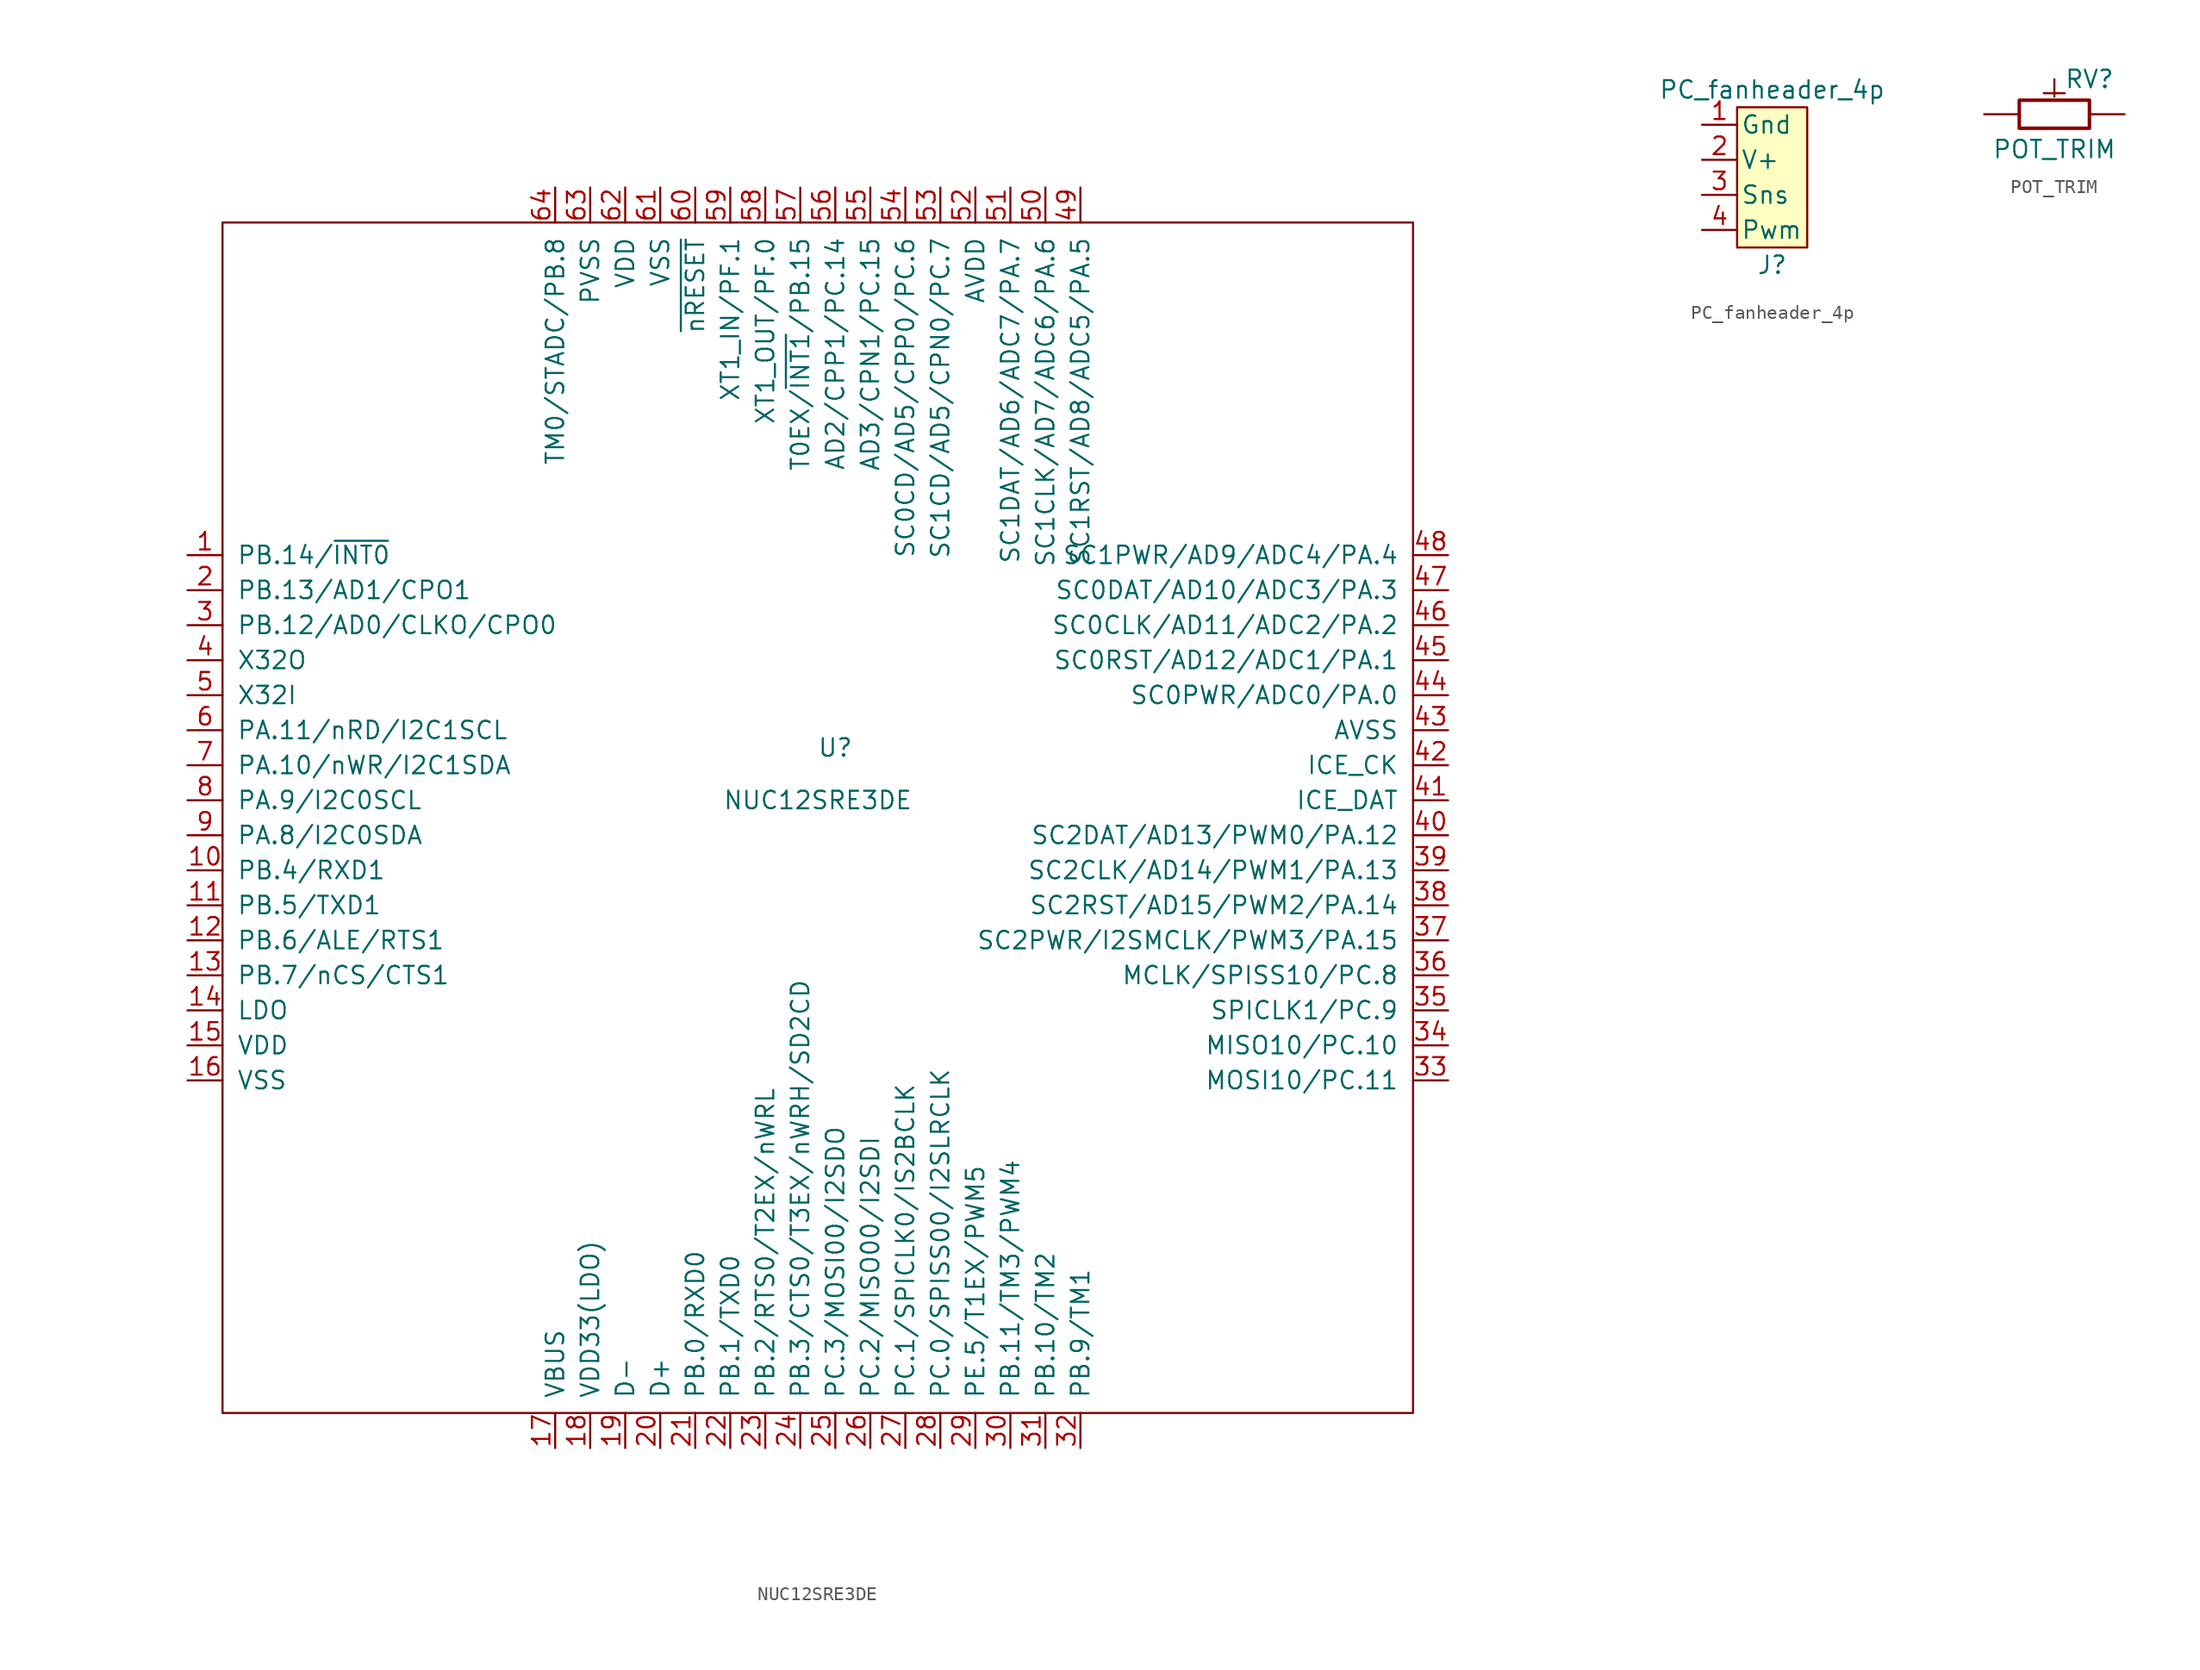
<source format=kicad_sym>
(kicad_symbol_lib
  (version 20211014)
  (generator kicad_symbol_editor)
  (symbol "NUC12SRE3DE"
    (pin_names
      (offset 1.016))
    (property "Reference" "U"
      (at 1.27 5.08 0)
      (effects (font (size 1.27 1.27))))
    (property "Value" "NUC12SRE3DE"
      (at 0 1.27 0)
      (effects (font (size 1.27 1.27))))
    (symbol "NUC12SRE3DE_0_1"
      (rectangle (start -43.18 43.18) (end 43.18 -43.18) (stroke (width 0) (type default) (color 0 0 0 0)) (fill (type none))))
    (symbol "NUC12SRE3DE_1_1"
      (pin bidirectional line (at -45.72 19.05 0) (length 2.54) (name "PB.14/~{INT0}" (effects (font (size 1.27 1.27)))) (number "1" (effects (font (size 1.27 1.27)))))
      (pin bidirectional line (at -45.72 -3.81 0) (length 2.54) (name "PB.4/RXD1" (effects (font (size 1.27 1.27)))) (number "10" (effects (font (size 1.27 1.27)))))
      (pin bidirectional line (at -45.72 -6.35 0) (length 2.54) (name "PB.5/TXD1" (effects (font (size 1.27 1.27)))) (number "11" (effects (font (size 1.27 1.27)))))
      (pin bidirectional line (at -45.72 -8.89 0) (length 2.54) (name "PB.6/ALE/RTS1" (effects (font (size 1.27 1.27)))) (number "12" (effects (font (size 1.27 1.27)))))
      (pin bidirectional line (at -45.72 -11.43 0) (length 2.54) (name "PB.7/nCS/CTS1" (effects (font (size 1.27 1.27)))) (number "13" (effects (font (size 1.27 1.27)))))
      (pin power_out line (at -45.72 -13.97 0) (length 2.54) (name "LDO" (effects (font (size 1.27 1.27)))) (number "14" (effects (font (size 1.27 1.27)))))
      (pin power_in line (at -45.72 -16.51 0) (length 2.54) (name "VDD" (effects (font (size 1.27 1.27)))) (number "15" (effects (font (size 1.27 1.27)))))
      (pin power_in line (at -45.72 -19.05 0) (length 2.54) (name "VSS" (effects (font (size 1.27 1.27)))) (number "16" (effects (font (size 1.27 1.27)))))
      (pin power_in line (at -19.05 -45.72 90) (length 2.54) (name "VBUS" (effects (font (size 1.27 1.27)))) (number "17" (effects (font (size 1.27 1.27)))))
      (pin power_out line (at -16.51 -45.72 90) (length 2.54) (name "VDD33(LDO)" (effects (font (size 1.27 1.27)))) (number "18" (effects (font (size 1.27 1.27)))))
      (pin bidirectional line (at -13.97 -45.72 90) (length 2.54) (name "D-" (effects (font (size 1.27 1.27)))) (number "19" (effects (font (size 1.27 1.27)))))
      (pin bidirectional line (at -45.72 16.51 0) (length 2.54) (name "PB.13/AD1/CPO1" (effects (font (size 1.27 1.27)))) (number "2" (effects (font (size 1.27 1.27)))))
      (pin bidirectional line (at -11.43 -45.72 90) (length 2.54) (name "D+" (effects (font (size 1.27 1.27)))) (number "20" (effects (font (size 1.27 1.27)))))
      (pin bidirectional line (at -8.89 -45.72 90) (length 2.54) (name "PB.0/RXD0" (effects (font (size 1.27 1.27)))) (number "21" (effects (font (size 1.27 1.27)))))
      (pin bidirectional line (at -6.35 -45.72 90) (length 2.54) (name "PB.1/TXD0" (effects (font (size 1.27 1.27)))) (number "22" (effects (font (size 1.27 1.27)))))
      (pin bidirectional line (at -3.81 -45.72 90) (length 2.54) (name "PB.2/RTS0/T2EX/nWRL" (effects (font (size 1.27 1.27)))) (number "23" (effects (font (size 1.27 1.27)))))
      (pin bidirectional line (at -1.27 -45.72 90) (length 2.54) (name "PB.3/CTS0/T3EX/nWRH/SD2CD" (effects (font (size 1.27 1.27)))) (number "24" (effects (font (size 1.27 1.27)))))
      (pin bidirectional line (at 1.27 -45.72 90) (length 2.54) (name "PC.3/MOSI00/I2SDO" (effects (font (size 1.27 1.27)))) (number "25" (effects (font (size 1.27 1.27)))))
      (pin bidirectional line (at 3.81 -45.72 90) (length 2.54) (name "PC.2/MISO00/I2SDI" (effects (font (size 1.27 1.27)))) (number "26" (effects (font (size 1.27 1.27)))))
      (pin bidirectional line (at 6.35 -45.72 90) (length 2.54) (name "PC.1/SPICLK0/IS2BCLK" (effects (font (size 1.27 1.27)))) (number "27" (effects (font (size 1.27 1.27)))))
      (pin bidirectional line (at 8.89 -45.72 90) (length 2.54) (name "PC.0/SPISS00/I2SLRCLK" (effects (font (size 1.27 1.27)))) (number "28" (effects (font (size 1.27 1.27)))))
      (pin bidirectional line (at 11.43 -45.72 90) (length 2.54) (name "PE.5/T1EX/PWM5" (effects (font (size 1.27 1.27)))) (number "29" (effects (font (size 1.27 1.27)))))
      (pin bidirectional line (at -45.72 13.97 0) (length 2.54) (name "PB.12/AD0/CLKO/CPO0" (effects (font (size 1.27 1.27)))) (number "3" (effects (font (size 1.27 1.27)))))
      (pin bidirectional line (at 13.97 -45.72 90) (length 2.54) (name "PB.11/TM3/PWM4" (effects (font (size 1.27 1.27)))) (number "30" (effects (font (size 1.27 1.27)))))
      (pin bidirectional line (at 16.51 -45.72 90) (length 2.54) (name "PB.10/TM2" (effects (font (size 1.27 1.27)))) (number "31" (effects (font (size 1.27 1.27)))))
      (pin bidirectional line (at 19.05 -45.72 90) (length 2.54) (name "PB.9/TM1" (effects (font (size 1.27 1.27)))) (number "32" (effects (font (size 1.27 1.27)))))
      (pin bidirectional line (at 45.72 -19.05 180) (length 2.54) (name "MOSI10/PC.11" (effects (font (size 1.27 1.27)))) (number "33" (effects (font (size 1.27 1.27)))))
      (pin bidirectional line (at 45.72 -16.51 180) (length 2.54) (name "MISO10/PC.10" (effects (font (size 1.27 1.27)))) (number "34" (effects (font (size 1.27 1.27)))))
      (pin bidirectional line (at 45.72 -13.97 180) (length 2.54) (name "SPICLK1/PC.9" (effects (font (size 1.27 1.27)))) (number "35" (effects (font (size 1.27 1.27)))))
      (pin bidirectional line (at 45.72 -11.43 180) (length 2.54) (name "MCLK/SPISS10/PC.8" (effects (font (size 1.27 1.27)))) (number "36" (effects (font (size 1.27 1.27)))))
      (pin bidirectional line (at 45.72 -8.89 180) (length 2.54) (name "SC2PWR/I2SMCLK/PWM3/PA.15" (effects (font (size 1.27 1.27)))) (number "37" (effects (font (size 1.27 1.27)))))
      (pin bidirectional line (at 45.72 -6.35 180) (length 2.54) (name "SC2RST/AD15/PWM2/PA.14" (effects (font (size 1.27 1.27)))) (number "38" (effects (font (size 1.27 1.27)))))
      (pin bidirectional line (at 45.72 -3.81 180) (length 2.54) (name "SC2CLK/AD14/PWM1/PA.13" (effects (font (size 1.27 1.27)))) (number "39" (effects (font (size 1.27 1.27)))))
      (pin output line (at -45.72 11.43 0) (length 2.54) (name "X32O" (effects (font (size 1.27 1.27)))) (number "4" (effects (font (size 1.27 1.27)))))
      (pin bidirectional line (at 45.72 -1.27 180) (length 2.54) (name "SC2DAT/AD13/PWM0/PA.12" (effects (font (size 1.27 1.27)))) (number "40" (effects (font (size 1.27 1.27)))))
      (pin bidirectional line (at 45.72 1.27 180) (length 2.54) (name "ICE_DAT" (effects (font (size 1.27 1.27)))) (number "41" (effects (font (size 1.27 1.27)))))
      (pin input line (at 45.72 3.81 180) (length 2.54) (name "ICE_CK" (effects (font (size 1.27 1.27)))) (number "42" (effects (font (size 1.27 1.27)))))
      (pin power_in line (at 45.72 6.35 180) (length 2.54) (name "AVSS" (effects (font (size 1.27 1.27)))) (number "43" (effects (font (size 1.27 1.27)))))
      (pin bidirectional line (at 45.72 8.89 180) (length 2.54) (name "SC0PWR/ADC0/PA.0" (effects (font (size 1.27 1.27)))) (number "44" (effects (font (size 1.27 1.27)))))
      (pin bidirectional line (at 45.72 11.43 180) (length 2.54) (name "SC0RST/AD12/ADC1/PA.1" (effects (font (size 1.27 1.27)))) (number "45" (effects (font (size 1.27 1.27)))))
      (pin bidirectional line (at 45.72 13.97 180) (length 2.54) (name "SC0CLK/AD11/ADC2/PA.2" (effects (font (size 1.27 1.27)))) (number "46" (effects (font (size 1.27 1.27)))))
      (pin bidirectional line (at 45.72 16.51 180) (length 2.54) (name "SC0DAT/AD10/ADC3/PA.3" (effects (font (size 1.27 1.27)))) (number "47" (effects (font (size 1.27 1.27)))))
      (pin bidirectional line (at 45.72 19.05 180) (length 2.54) (name "SC1PWR/AD9/ADC4/PA.4" (effects (font (size 1.27 1.27)))) (number "48" (effects (font (size 1.27 1.27)))))
      (pin bidirectional line (at 19.05 45.72 270) (length 2.54) (name "SC1RST/AD8/ADC5/PA.5" (effects (font (size 1.27 1.27)))) (number "49" (effects (font (size 1.27 1.27)))))
      (pin input line (at -45.72 8.89 0) (length 2.54) (name "X32I" (effects (font (size 1.27 1.27)))) (number "5" (effects (font (size 1.27 1.27)))))
      (pin bidirectional line (at 16.51 45.72 270) (length 2.54) (name "SC1CLK/AD7/ADC6/PA.6" (effects (font (size 1.27 1.27)))) (number "50" (effects (font (size 1.27 1.27)))))
      (pin bidirectional line (at 13.97 45.72 270) (length 2.54) (name "SC1DAT/AD6/ADC7/PA.7" (effects (font (size 1.27 1.27)))) (number "51" (effects (font (size 1.27 1.27)))))
      (pin power_in line (at 11.43 45.72 270) (length 2.54) (name "AVDD" (effects (font (size 1.27 1.27)))) (number "52" (effects (font (size 1.27 1.27)))))
      (pin bidirectional line (at 8.89 45.72 270) (length 2.54) (name "SC1CD/AD5/CPN0/PC.7" (effects (font (size 1.27 1.27)))) (number "53" (effects (font (size 1.27 1.27)))))
      (pin bidirectional line (at 6.35 45.72 270) (length 2.54) (name "SC0CD/AD5/CPP0/PC.6" (effects (font (size 1.27 1.27)))) (number "54" (effects (font (size 1.27 1.27)))))
      (pin bidirectional line (at 3.81 45.72 270) (length 2.54) (name "AD3/CPN1/PC.15" (effects (font (size 1.27 1.27)))) (number "55" (effects (font (size 1.27 1.27)))))
      (pin bidirectional line (at 1.27 45.72 270) (length 2.54) (name "AD2/CPP1/PC.14" (effects (font (size 1.27 1.27)))) (number "56" (effects (font (size 1.27 1.27)))))
      (pin bidirectional line (at -1.27 45.72 270) (length 2.54) (name "T0EX/~{INT1}/PB.15" (effects (font (size 1.27 1.27)))) (number "57" (effects (font (size 1.27 1.27)))))
      (pin bidirectional line (at -3.81 45.72 270) (length 2.54) (name "XT1_OUT/PF.0" (effects (font (size 1.27 1.27)))) (number "58" (effects (font (size 1.27 1.27)))))
      (pin bidirectional line (at -6.35 45.72 270) (length 2.54) (name "XT1_IN/PF.1" (effects (font (size 1.27 1.27)))) (number "59" (effects (font (size 1.27 1.27)))))
      (pin bidirectional line (at -45.72 6.35 0) (length 2.54) (name "PA.11/nRD/I2C1SCL" (effects (font (size 1.27 1.27)))) (number "6" (effects (font (size 1.27 1.27)))))
      (pin input line (at -8.89 45.72 270) (length 2.54) (name "~{nRESET}" (effects (font (size 1.27 1.27)))) (number "60" (effects (font (size 1.27 1.27)))))
      (pin power_in line (at -11.43 45.72 270) (length 2.54) (name "VSS" (effects (font (size 1.27 1.27)))) (number "61" (effects (font (size 1.27 1.27)))))
      (pin power_in line (at -13.97 45.72 270) (length 2.54) (name "VDD" (effects (font (size 1.27 1.27)))) (number "62" (effects (font (size 1.27 1.27)))))
      (pin power_in line (at -16.51 45.72 270) (length 2.54) (name "PVSS" (effects (font (size 1.27 1.27)))) (number "63" (effects (font (size 1.27 1.27)))))
      (pin bidirectional line (at -19.05 45.72 270) (length 2.54) (name "TM0/STADC/PB.8" (effects (font (size 1.27 1.27)))) (number "64" (effects (font (size 1.27 1.27)))))
      (pin bidirectional line (at -45.72 3.81 0) (length 2.54) (name "PA.10/nWR/I2C1SDA" (effects (font (size 1.27 1.27)))) (number "7" (effects (font (size 1.27 1.27)))))
      (pin bidirectional line (at -45.72 1.27 0) (length 2.54) (name "PA.9/I2C0SCL" (effects (font (size 1.27 1.27)))) (number "8" (effects (font (size 1.27 1.27)))))
      (pin bidirectional line (at -45.72 -1.27 0) (length 2.54) (name "PA.8/I2C0SDA" (effects (font (size 1.27 1.27)))) (number "9" (effects (font (size 1.27 1.27)))))))
  (symbol "PC_fanheader_4p"
    (pin_names
      (offset 0.254))
    (property "Reference" "J"
      (at 0 -6.35 0)
      (effects (font (size 1.27 1.27))))
    (property "Value" "PC_fanheader_4p"
      (at 0 6.35 0)
      (effects (font (size 1.27 1.27))))
    (symbol "PC_fanheader_4p_0_1"
      (rectangle (start -2.54 5.08) (end 2.54 -5.08) (stroke (width 0) (type default) (color 0 0 0 0)) (fill (type background))))
    (symbol "PC_fanheader_4p_1_1"
      (pin power_in line (at -5.08 3.81 0) (length 2.54) (name "Gnd" (effects (font (size 1.27 1.27)))) (number "1" (effects (font (size 1.27 1.27)))))
      (pin power_in line (at -5.08 1.27 0) (length 2.54) (name "V+" (effects (font (size 1.27 1.27)))) (number "2" (effects (font (size 1.27 1.27)))))
      (pin open_collector line (at -5.08 -1.27 0) (length 2.54) (name "Sns" (effects (font (size 1.27 1.27)))) (number "3" (effects (font (size 1.27 1.27)))))
      (pin passive line (at -5.08 -3.81 0) (length 2.54) (name "Pwm" (effects (font (size 1.27 1.27)))) (number "4" (effects (font (size 1.27 1.27)))))))
  (symbol "POT_TRIM"
    (pin_numbers hide)
    (pin_names
      (offset 1.016) hide)
    (property "Reference" "RV"
      (at 2.54 2.54 0)
      (effects (font (size 1.27 1.27))))
    (property "Value" "POT_TRIM"
      (at 0 -2.54 0)
      (effects (font (size 1.27 1.27))))
    (symbol "POT_TRIM_0_1"
      (rectangle (start -2.54 1.016) (end 2.54 -1.016) (stroke (width 0.254) (type default) (color 0 0 0 0)) (fill (type none)))
      (polyline (pts (xy -0.762 1.524) (xy 0.762 1.524)) (stroke (width 0) (type default) (color 0 0 0 0)) (fill (type none))))
    (symbol "POT_TRIM_1_1"
      (pin passive line (at -5.08 0 0) (length 2.54) (name "1" (effects (font (size 1.27 1.27)))) (number "1" (effects (font (size 1.27 1.27)))))
      (pin passive line (at 0 2.54 270) (length 1.27) (name "2" (effects (font (size 1.27 1.27)))) (number "2" (effects (font (size 1.27 1.27)))))
      (pin passive line (at 5.08 0 180) (length 2.54) (name "3" (effects (font (size 1.27 1.27)))) (number "3" (effects (font (size 1.27 1.27))))))))
</source>
